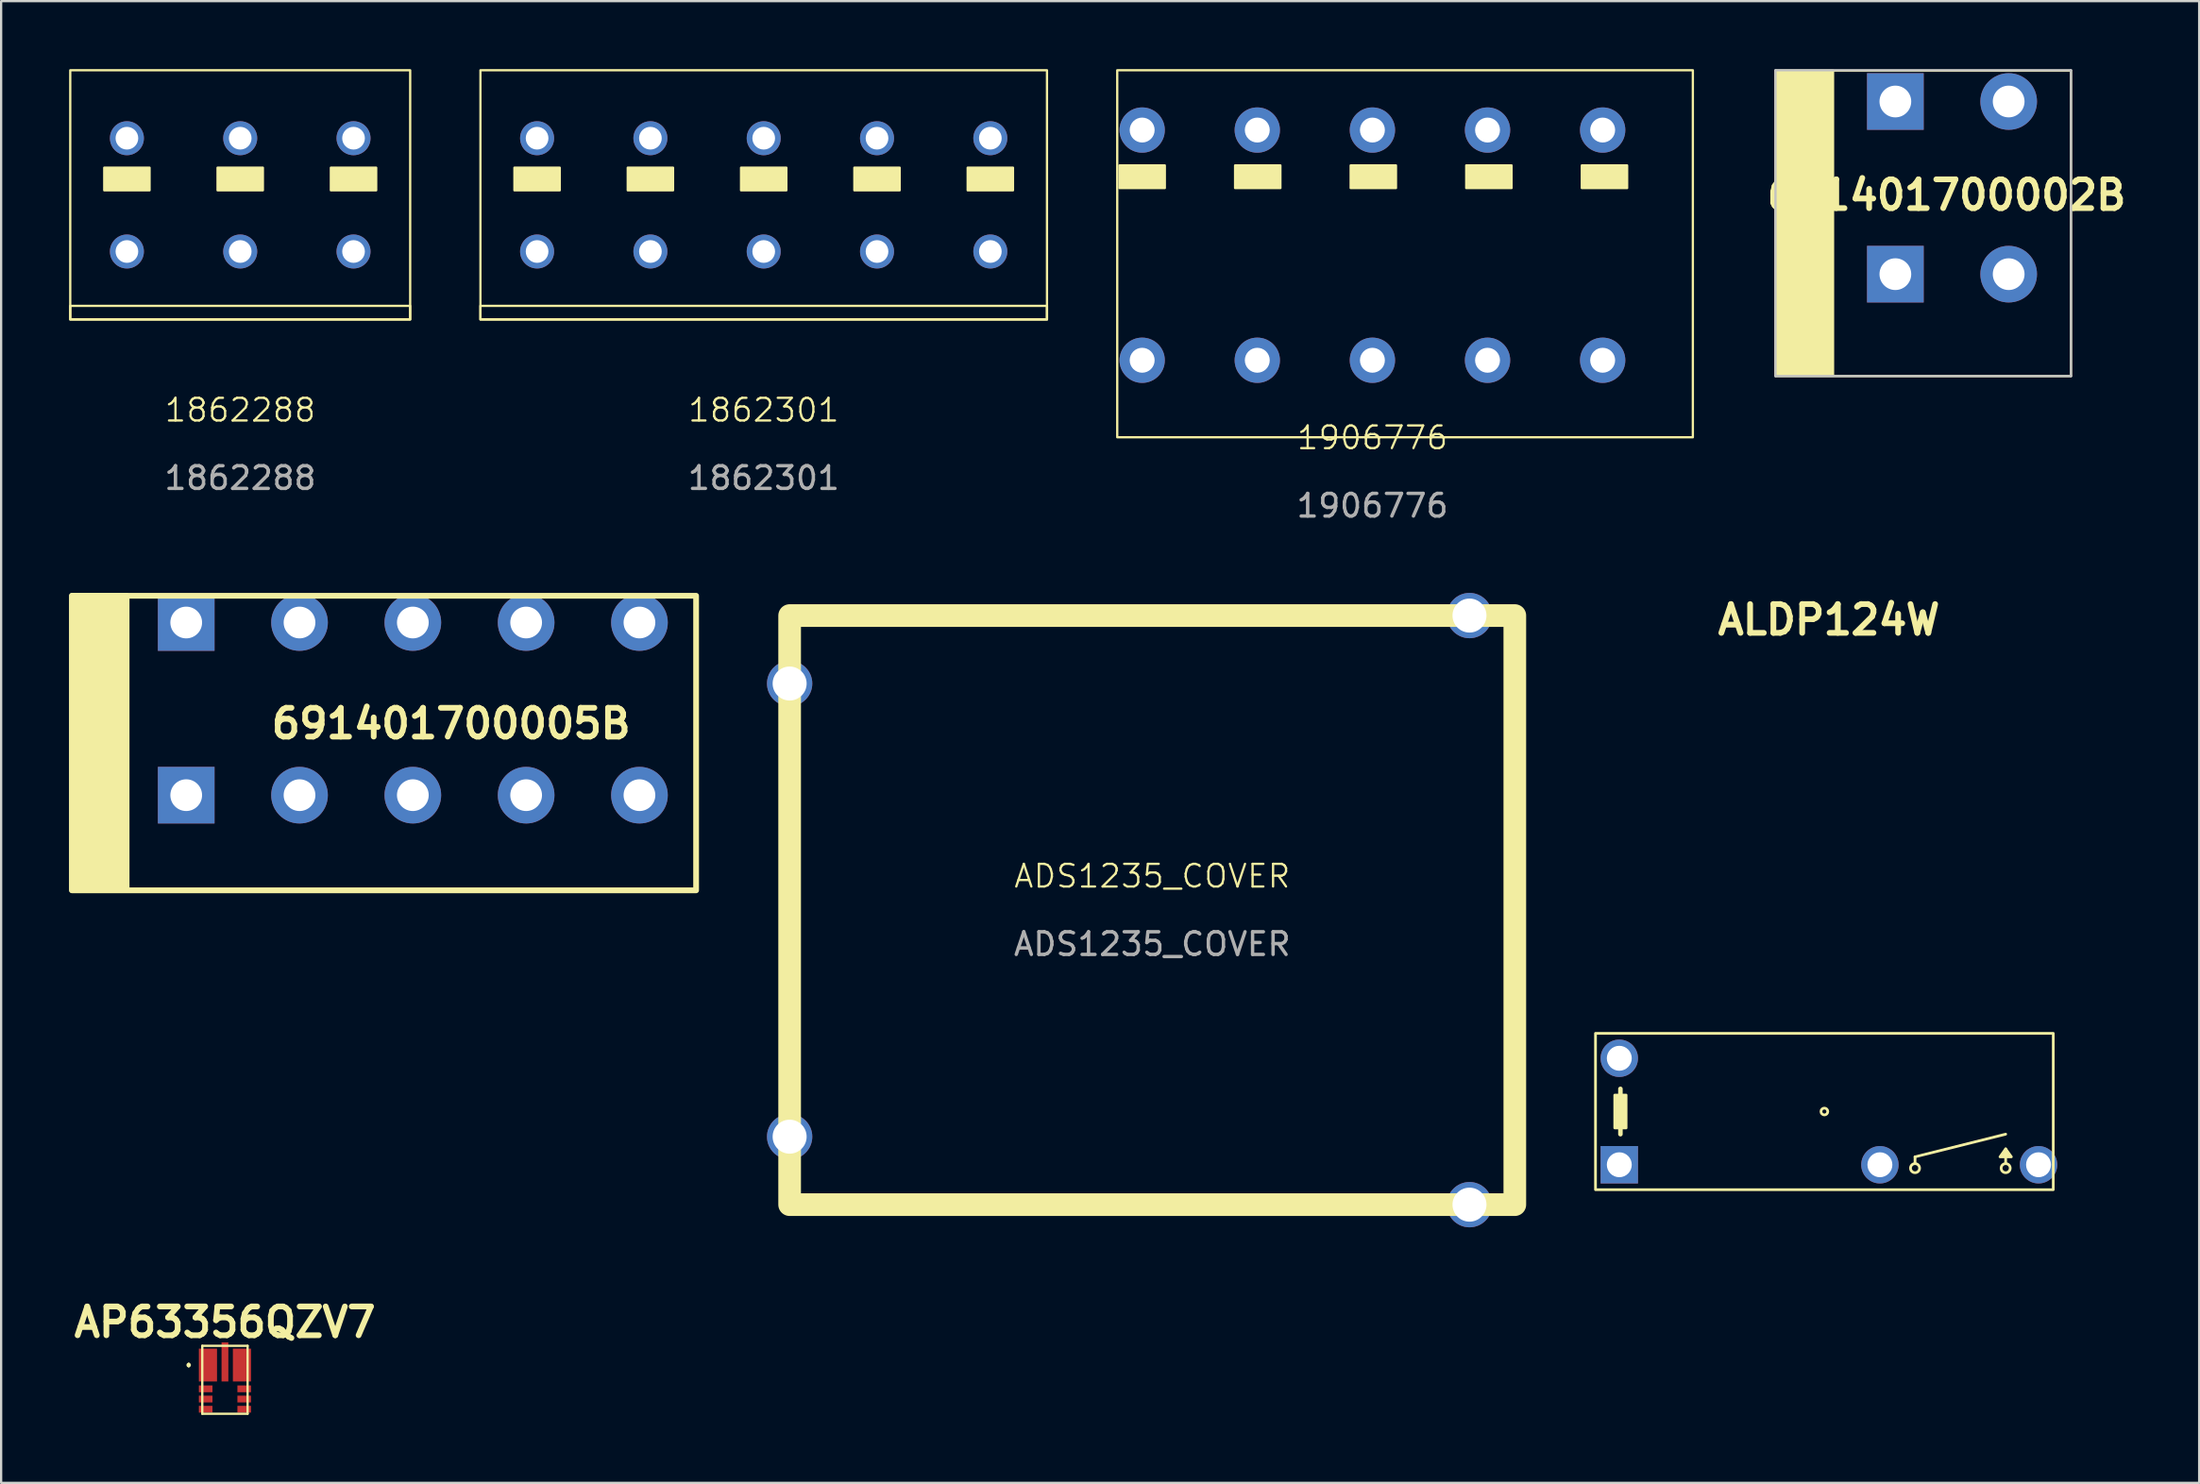
<source format=kicad_pcb>
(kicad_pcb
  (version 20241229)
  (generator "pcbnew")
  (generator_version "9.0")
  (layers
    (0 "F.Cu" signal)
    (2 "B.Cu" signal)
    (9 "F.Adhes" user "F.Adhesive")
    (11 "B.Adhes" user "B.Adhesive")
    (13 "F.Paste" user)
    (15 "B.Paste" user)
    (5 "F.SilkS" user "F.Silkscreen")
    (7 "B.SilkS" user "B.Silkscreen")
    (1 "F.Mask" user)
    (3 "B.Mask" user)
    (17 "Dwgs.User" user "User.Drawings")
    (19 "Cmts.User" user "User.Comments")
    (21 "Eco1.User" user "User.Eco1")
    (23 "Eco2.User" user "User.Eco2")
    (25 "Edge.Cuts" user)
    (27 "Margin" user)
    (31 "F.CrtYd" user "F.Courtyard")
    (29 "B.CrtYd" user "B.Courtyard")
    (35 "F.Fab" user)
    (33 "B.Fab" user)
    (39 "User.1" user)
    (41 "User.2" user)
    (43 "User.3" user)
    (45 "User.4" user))
  (footprint "ALDP124W"
    (layer "F.Cu")
    (at 77.454 46.007)
    (property "Reference" "ALDP124W" (at 0.2 -21.7 0) (unlocked yes) (layer "F.SilkS") (effects (font (size 1.27 1.27) (thickness 0.254))))
    (attr through_hole exclude_from_pos_files)
    (fp_line (start -9 1) (end -9 -1) (stroke (width 0.2) (type default)) (layer "F.SilkS"))
    (fp_line (start 4 2) (end 8 1) (stroke (width 0.12) (type default)) (layer "F.SilkS"))
    (fp_line (start 4 2.3) (end 4 2) (stroke (width 0.12) (type default)) (layer "F.SilkS"))
    (fp_line (start 8 2.3) (end 8 1.65) (stroke (width 0.12) (type default)) (layer "F.SilkS"))
    (fp_rect (start -9.25 -0.725) (end -8.75 0.725) (stroke (width 0.12) (type solid)) (fill yes) (layer "F.SilkS"))
    (fp_rect (start 10.1 3.45) (end -10.1 -3.45) (stroke (width 0.12) (type default)) (fill no) (layer "F.SilkS"))
    (fp_circle (center 0 0) (end 0.15 0) (stroke (width 0.12) (type default)) (fill no) (layer "F.SilkS"))
    (fp_circle (center 4 2.5) (end 4.2 2.5) (stroke (width 0.12) (type default)) (fill no) (layer "F.SilkS"))
    (fp_circle (center 8 2.5) (end 8.2 2.5) (stroke (width 0.12) (type default)) (fill no) (layer "F.SilkS"))
    (fp_poly (pts (xy 8 1.65) (xy 7.75 2) (xy 8.25 2)) (stroke (width 0.12) (type solid)) (fill yes) (layer "F.SilkS"))
    (pad "1" thru_hole rect (at -9.05 2.35 90) (size 1.65 1.65) (drill 1.1) (layers "*.Cu" "*.Mask"))
    (pad "2" thru_hole circle (at 2.45 2.35 90) (size 1.65 1.65) (drill 1.1) (layers "*.Cu" "*.Mask"))
    (pad "3" thru_hole circle (at 9.45 2.35 90) (size 1.65 1.65) (drill 1.1) (layers "*.Cu" "*.Mask"))
    (pad "4" thru_hole circle (at -9.05 -2.35 90) (size 1.65 1.65) (drill 1.1) (layers "*.Cu" "*.Mask")))
  (footprint "1906776"
    (layer "F.Cu")
    (at 57.51 7.77)
    (property "Reference" "1906776" (at 0 8.5 0) (unlocked yes) (layer "F.SilkS") (effects (font (size 1 1) (thickness 0.1))))
    (attr through_hole)
    (fp_rect (start -11.26 -7.72) (end 14.14 8.48) (stroke (width 0.1) (type default)) (fill no) (layer "F.SilkS"))
    (fp_rect (start -11.16 -3.52) (end -9.16 -2.52) (stroke (width 0.1) (type solid)) (fill yes) (layer "F.SilkS"))
    (fp_rect (start -6.06 -3.52) (end -4.06 -2.52) (stroke (width 0.1) (type solid)) (fill yes) (layer "F.SilkS"))
    (fp_rect (start -0.96 -3.52) (end 1.04 -2.52) (stroke (width 0.1) (type solid)) (fill yes) (layer "F.SilkS"))
    (fp_rect (start 4.14 -3.52) (end 6.14 -2.52) (stroke (width 0.1) (type solid)) (fill yes) (layer "F.SilkS"))
    (fp_rect (start 9.24 -3.52) (end 11.24 -2.52) (stroke (width 0.1) (type solid)) (fill yes) (layer "F.SilkS"))
    (fp_text user "${REFERENCE}" (at 0 11.5 0) (unlocked yes) (layer "F.Fab") (effects (font (size 1 1) (thickness 0.15))))
    (pad "1" thru_hole circle (at -10.16 -5.08) (size 2 2) (drill 1.1) (layers "*.Cu" "*.Mask"))
    (pad "1" thru_hole circle (at -10.16 5.08) (size 2 2) (drill 1.1) (layers "*.Cu" "*.Mask"))
    (pad "2" thru_hole circle (at -5.08 -5.08) (size 2 2) (drill 1.1) (layers "*.Cu" "*.Mask"))
    (pad "2" thru_hole circle (at -5.08 5.08) (size 2 2) (drill 1.1) (layers "*.Cu" "*.Mask"))
    (pad "3" thru_hole circle (at 0 -5.08) (size 2 2) (drill 1.1) (layers "*.Cu" "*.Mask"))
    (pad "3" thru_hole circle (at 0 5.08) (size 2 2) (drill 1.1) (layers "*.Cu" "*.Mask"))
    (pad "4" thru_hole circle (at 5.08 -5.08) (size 2 2) (drill 1.1) (layers "*.Cu" "*.Mask"))
    (pad "4" thru_hole circle (at 5.08 5.08) (size 2 2) (drill 1.1) (layers "*.Cu" "*.Mask"))
    (pad "5" thru_hole circle (at 10.16 -5.08) (size 2 2) (drill 1.1) (layers "*.Cu" "*.Mask"))
    (pad "5" thru_hole circle (at 10.16 5.08) (size 2 2) (drill 1.1) (layers "*.Cu" "*.Mask")))
  (footprint "AP63356QZV7"
    (layer "F.Cu")
    (at 6.876 57.847)
    (property "Reference" "AP63356QZV7" (at 0 -2.54 0) (layer "F.SilkS") (effects (font (size 1.27 1.27) (thickness 0.254))))
    (attr smd)
    (fp_line (start -1.6 -0.7) (end -1.6 -0.7) (stroke (width 0.1) (type solid)) (layer "F.SilkS"))
    (fp_line (start -1.6 -0.6) (end -1.6 -0.6) (stroke (width 0.1) (type solid)) (layer "F.SilkS"))
    (fp_line (start -1 -1.5) (end 1 -1.5) (stroke (width 0.1) (type solid)) (layer "F.SilkS"))
    (fp_line (start -1 1.5) (end -1 -1.5) (stroke (width 0.1) (type solid)) (layer "F.SilkS"))
    (fp_line (start 1 -1.5) (end 1 1.5) (stroke (width 0.1) (type solid)) (layer "F.SilkS"))
    (fp_line (start 1 1.5) (end -1 1.5) (stroke (width 0.1) (type solid)) (layer "F.SilkS"))
    (fp_arc (start -1.6 -0.7) (mid -1.55 -0.65) (end -1.6 -0.6) (stroke (width 0.1) (type solid)) (layer "F.SilkS"))
    (fp_arc (start -1.6 -0.6) (mid -1.65 -0.65) (end -1.6 -0.7) (stroke (width 0.1) (type solid)) (layer "F.SilkS"))
    (pad "1" smd rect (at -0.75 -0.65) (size 0.8 1.45) (layers "F.Cu" "F.Mask" "F.Paste"))
    (pad "2" smd rect (at -0.85 0.4 90) (size 0.3 0.6) (layers "F.Cu" "F.Mask" "F.Paste"))
    (pad "3" smd rect (at -0.85 0.85 90) (size 0.3 0.6) (layers "F.Cu" "F.Mask" "F.Paste"))
    (pad "4" smd rect (at -0.85 1.3 90) (size 0.3 0.6) (layers "F.Cu" "F.Mask" "F.Paste"))
    (pad "5" smd rect (at 0.85 1.3 90) (size 0.3 0.6) (layers "F.Cu" "F.Mask" "F.Paste"))
    (pad "6" smd rect (at 0.85 0.85 90) (size 0.3 0.6) (layers "F.Cu" "F.Mask" "F.Paste"))
    (pad "7" smd rect (at 0.85 0.4 90) (size 0.3 0.6) (layers "F.Cu" "F.Mask" "F.Paste"))
    (pad "8" smd rect (at 0.75 -0.65) (size 0.8 1.45) (layers "F.Cu" "F.Mask" "F.Paste"))
    (pad "9" smd rect (at 0 -0.788) (size 0.3 1.725) (layers "F.Cu" "F.Mask" "F.Paste")))
  (footprint "ADS1235_COVER"
    (layer "F.Cu")
    (at 47.794 37.118)
    (property "Reference" "ADS1235_COVER" (at 0 -1.5 0) (unlocked yes) (layer "F.SilkS") (effects (font (size 1 1) (thickness 0.1))))
    (attr through_hole)
    (fp_rect (start -16 -13) (end 16 13) (stroke (width 1) (type default)) (fill no) (layer "F.SilkS"))
    (fp_text user "${REFERENCE}" (at 0 1.5 0) (unlocked yes) (layer "F.Fab") (effects (font (size 1 1) (thickness 0.15))))
    (pad "1" thru_hole circle (at -16 -10) (size 2 2) (drill 1.5) (layers "*.Cu" "*.Mask"))
    (pad "1" thru_hole circle (at -16 10) (size 2 2) (drill 1.5) (layers "*.Cu" "*.Mask"))
    (pad "1" thru_hole circle (at 14 -13) (size 2 2) (drill 1.5) (layers "*.Cu" "*.Mask"))
    (pad "1" thru_hole circle (at 14 13) (size 2 2) (drill 1.5) (layers "*.Cu" "*.Mask")))
  (footprint "691401700002B"
    (layer "F.Cu")
    (at 80.586 9.05)
    (property "Reference" "691401700002B" (at 2.26 -3.49 0) (layer "F.SilkS") (effects (font (size 1.27 1.27) (thickness 0.254))))
    (attr through_hole exclude_from_pos_files)
    (fp_rect (start -5.28 -8.98) (end -2.75 4.46) (stroke (width 0.1) (type solid)) (fill yes) (layer "F.SilkS"))
    (fp_rect (start -5.28 -8.98) (end 7.75 4.5) (stroke (width 0.1) (type default)) (fill no) (layer "F.SilkS"))
    (fp_line (start -5.29 -9) (end 7.75 -9) (stroke (width 0.1) (type solid)) (layer "Dwgs.User"))
    (fp_line (start -5.29 4.5) (end -5.29 -9) (stroke (width 0.1) (type solid)) (layer "Dwgs.User"))
    (fp_line (start 7.75 -9) (end 7.75 4.5) (stroke (width 0.1) (type solid)) (layer "Dwgs.User"))
    (fp_line (start 7.75 4.5) (end -5.29 4.5) (stroke (width 0.1) (type solid)) (layer "Dwgs.User"))
    (pad "1" thru_hole rect (at 0 -7.62 90) (size 2.5 2.5) (drill 1.4) (layers "*.Cu" "*.Mask"))
    (pad "1" thru_hole rect (at 0 0 90) (size 2.5 2.5) (drill 1.4) (layers "*.Cu" "*.Mask"))
    (pad "2" thru_hole circle (at 5 -7.62 90) (size 2.5 2.5) (drill 1.4) (layers "*.Cu" "*.Mask"))
    (pad "2" thru_hole circle (at 5 0 90) (size 2.5 2.5) (drill 1.4) (layers "*.Cu" "*.Mask")))
  (footprint "691401700005B"
    (layer "F.Cu")
    (at 5.167 32.045)
    (property "Reference" "691401700005B" (at 11.69 -3.16 0) (layer "F.SilkS") (effects (font (size 1.27 1.27) (thickness 0.254))))
    (attr through_hole exclude_from_pos_files)
    (fp_rect (start -5.04 -8.8) (end -2.63 4.19) (stroke (width 0.254) (type solid)) (fill yes) (layer "F.SilkS"))
    (fp_rect (start -5.04 -8.8) (end 22.5 4.2) (stroke (width 0.254) (type default)) (fill no) (layer "F.SilkS"))
    (pad "1" thru_hole rect (at 0 -7.62 90) (size 2.5 2.5) (drill 1.4) (layers "*.Cu" "*.Mask"))
    (pad "1" thru_hole rect (at 0 0 90) (size 2.5 2.5) (drill 1.4) (layers "*.Cu" "*.Mask"))
    (pad "2" thru_hole circle (at 5 -7.62 90) (size 2.5 2.5) (drill 1.4) (layers "*.Cu" "*.Mask"))
    (pad "2" thru_hole circle (at 5 0 90) (size 2.5 2.5) (drill 1.4) (layers "*.Cu" "*.Mask"))
    (pad "3" thru_hole circle (at 10 -7.62 90) (size 2.5 2.5) (drill 1.4) (layers "*.Cu" "*.Mask"))
    (pad "3" thru_hole circle (at 10 0 90) (size 2.5 2.5) (drill 1.4) (layers "*.Cu" "*.Mask"))
    (pad "4" thru_hole circle (at 15 -7.62 90) (size 2.5 2.5) (drill 1.4) (layers "*.Cu" "*.Mask"))
    (pad "4" thru_hole circle (at 15 0 90) (size 2.5 2.5) (drill 1.4) (layers "*.Cu" "*.Mask"))
    (pad "5" thru_hole circle (at 20 -7.62 90) (size 2.5 2.5) (drill 1.4) (layers "*.Cu" "*.Mask"))
    (pad "5" thru_hole circle (at 20 0 90) (size 2.5 2.5) (drill 1.4) (layers "*.Cu" "*.Mask")))
  (footprint "1862301"
    (layer "F.Cu")
    (at 30.65 5.55)
    (property "Reference" "1862301" (at 0 9.5 0) (unlocked yes) (layer "F.SilkS") (effects (font (size 1 1) (thickness 0.1))))
    (attr through_hole)
    (fp_rect (start -12.5 -5.5) (end 12.5 5.5) (stroke (width 0.1) (type default)) (fill no) (layer "F.SilkS"))
    (fp_rect (start -12.5 4.9) (end 12.5 5.5) (stroke (width 0.1) (type default)) (fill no) (layer "F.SilkS"))
    (fp_rect (start -11 -1.2) (end -9 -0.2) (stroke (width 0.1) (type solid)) (fill yes) (layer "F.SilkS"))
    (fp_rect (start -6 -1.2) (end -4 -0.2) (stroke (width 0.1) (type solid)) (fill yes) (layer "F.SilkS"))
    (fp_rect (start -1 -1.2) (end 1 -0.2) (stroke (width 0.1) (type solid)) (fill yes) (layer "F.SilkS"))
    (fp_rect (start 4 -1.2) (end 6 -0.2) (stroke (width 0.1) (type solid)) (fill yes) (layer "F.SilkS"))
    (fp_rect (start 9 -1.2) (end 11 -0.2) (stroke (width 0.1) (type solid)) (fill yes) (layer "F.SilkS"))
    (fp_text user "${REFERENCE}" (at 0 12.5 0) (unlocked yes) (layer "F.Fab") (effects (font (size 1 1) (thickness 0.15))))
    (pad "1" thru_hole circle (at -10 -2.5) (size 1.5 1.5) (drill 1) (layers "*.Cu" "*.Mask"))
    (pad "1" thru_hole circle (at -10 2.5) (size 1.5 1.5) (drill 1) (layers "*.Cu" "*.Mask"))
    (pad "2" thru_hole circle (at -5 -2.5) (size 1.5 1.5) (drill 1) (layers "*.Cu" "*.Mask"))
    (pad "2" thru_hole circle (at -5 2.5) (size 1.5 1.5) (drill 1) (layers "*.Cu" "*.Mask"))
    (pad "3" thru_hole circle (at 0 -2.5) (size 1.5 1.5) (drill 1) (layers "*.Cu" "*.Mask"))
    (pad "3" thru_hole circle (at 0 2.5) (size 1.5 1.5) (drill 1) (layers "*.Cu" "*.Mask"))
    (pad "4" thru_hole circle (at 5 -2.5) (size 1.5 1.5) (drill 1) (layers "*.Cu" "*.Mask"))
    (pad "4" thru_hole circle (at 5 2.5) (size 1.5 1.5) (drill 1) (layers "*.Cu" "*.Mask"))
    (pad "5" thru_hole circle (at 10 -2.5) (size 1.5 1.5) (drill 1) (layers "*.Cu" "*.Mask"))
    (pad "5" thru_hole circle (at 10 2.5) (size 1.5 1.5) (drill 1) (layers "*.Cu" "*.Mask")))
  (footprint "1862288"
    (layer "F.Cu")
    (at 7.55 5.55)
    (property "Reference" "1862288" (at 0 9.5 0) (unlocked yes) (layer "F.SilkS") (effects (font (size 1 1) (thickness 0.1))))
    (attr through_hole)
    (fp_rect (start -7.5 -5.5) (end 7.5 5.5) (stroke (width 0.1) (type default)) (fill no) (layer "F.SilkS"))
    (fp_rect (start -7.5 4.9) (end 7.5 5.5) (stroke (width 0.1) (type default)) (fill no) (layer "F.SilkS"))
    (fp_rect (start -6 -1.2) (end -4 -0.2) (stroke (width 0.1) (type solid)) (fill yes) (layer "F.SilkS"))
    (fp_rect (start -1 -1.2) (end 1 -0.2) (stroke (width 0.1) (type solid)) (fill yes) (layer "F.SilkS"))
    (fp_rect (start 4 -1.2) (end 6 -0.2) (stroke (width 0.1) (type solid)) (fill yes) (layer "F.SilkS"))
    (fp_text user "${REFERENCE}" (at 0 12.5 0) (unlocked yes) (layer "F.Fab") (effects (font (size 1 1) (thickness 0.15))))
    (pad "1" thru_hole circle (at -5 -2.5) (size 1.5 1.5) (drill 1) (layers "*.Cu" "*.Mask"))
    (pad "1" thru_hole circle (at -5 2.5) (size 1.5 1.5) (drill 1) (layers "*.Cu" "*.Mask"))
    (pad "2" thru_hole circle (at 0 -2.5) (size 1.5 1.5) (drill 1) (layers "*.Cu" "*.Mask"))
    (pad "2" thru_hole circle (at 0 2.5) (size 1.5 1.5) (drill 1) (layers "*.Cu" "*.Mask"))
    (pad "3" thru_hole circle (at 5 -2.5) (size 1.5 1.5) (drill 1) (layers "*.Cu" "*.Mask"))
    (pad "3" thru_hole circle (at 5 2.5) (size 1.5 1.5) (drill 1) (layers "*.Cu" "*.Mask")))
  (gr_rect
    (start -3 -3)
    (end 93.992 62.397)
    (stroke (width 0.1) (type default))
    (fill no)
    (layer "Edge.Cuts")))
</source>
